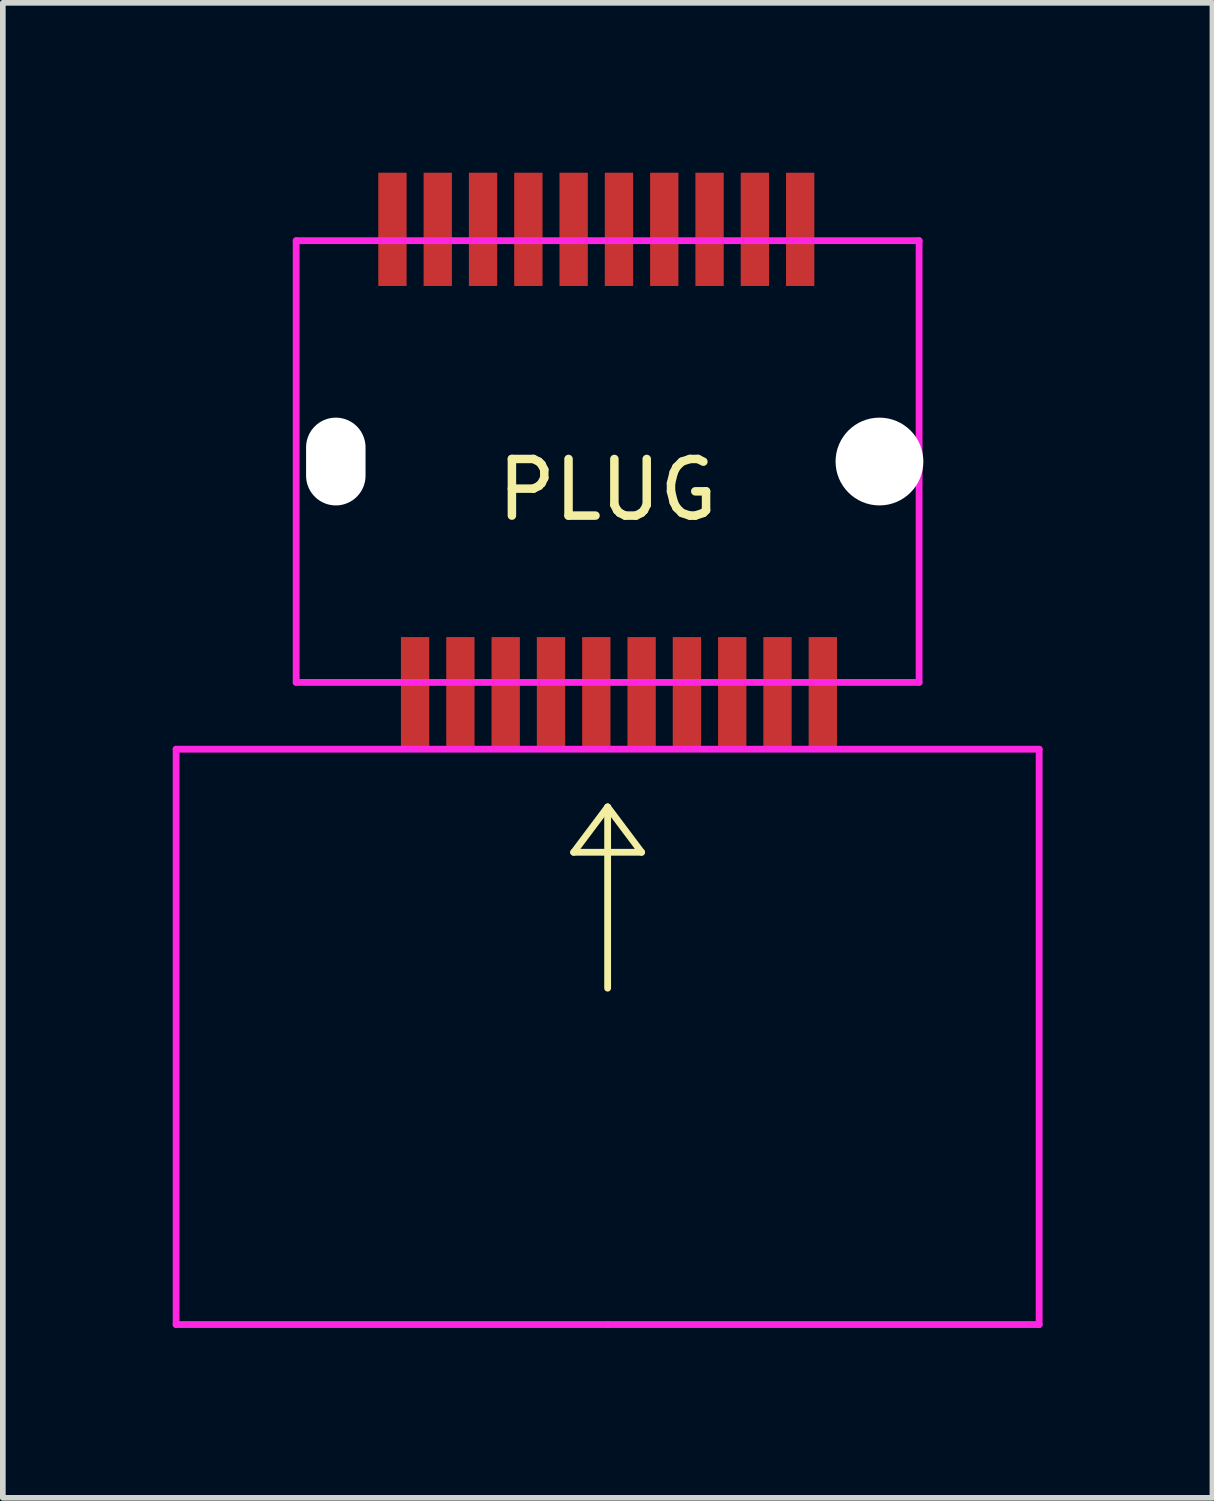
<source format=kicad_pcb>
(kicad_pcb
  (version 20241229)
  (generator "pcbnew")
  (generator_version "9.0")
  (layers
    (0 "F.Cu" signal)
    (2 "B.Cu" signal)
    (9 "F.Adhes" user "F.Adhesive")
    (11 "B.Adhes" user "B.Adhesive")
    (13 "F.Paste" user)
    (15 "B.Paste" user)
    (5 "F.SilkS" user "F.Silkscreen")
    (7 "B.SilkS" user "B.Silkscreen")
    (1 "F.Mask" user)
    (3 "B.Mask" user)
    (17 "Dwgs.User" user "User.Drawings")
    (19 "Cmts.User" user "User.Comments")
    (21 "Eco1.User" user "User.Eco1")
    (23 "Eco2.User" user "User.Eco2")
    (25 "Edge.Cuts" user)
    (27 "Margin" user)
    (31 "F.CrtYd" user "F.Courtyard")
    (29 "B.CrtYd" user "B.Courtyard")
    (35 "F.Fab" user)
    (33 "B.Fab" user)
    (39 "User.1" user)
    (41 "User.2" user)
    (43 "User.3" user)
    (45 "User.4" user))
  (footprint "PLUG"
    (layer "F.Cu")
    (at 7.68 5.1)
    (property "Reference" "PLUG" (at 0 0.5 0) (layer "F.SilkS") (effects (font (size 1 1) (thickness 0.15))))
    (attr through_hole)
    (fp_line (start -0.6 6.9) (end 0.6 6.9) (stroke (width 0.12) (type solid)) (layer "F.SilkS"))
    (fp_line (start 0 6.1) (end -0.6 6.9) (stroke (width 0.12) (type solid)) (layer "F.SilkS"))
    (fp_line (start 0 9.3) (end 0 6.1) (stroke (width 0.12) (type solid)) (layer "F.SilkS"))
    (fp_line (start 0.6 6.9) (end 0 6.1) (stroke (width 0.12) (type solid)) (layer "F.SilkS"))
    (fp_line (start -7.62 5.08) (end 7.62 5.08) (stroke (width 0.12) (type solid)) (layer "F.CrtYd"))
    (fp_line (start -7.62 15.24) (end -7.62 5.08) (stroke (width 0.12) (type solid)) (layer "F.CrtYd"))
    (fp_line (start -5.5 -3.9) (end -5.5 3.9) (stroke (width 0.12) (type solid)) (layer "F.CrtYd"))
    (fp_line (start -5.5 -3.9) (end 5.5 -3.9) (stroke (width 0.12) (type solid)) (layer "F.CrtYd"))
    (fp_line (start -5.5 3.9) (end 5.5 3.9) (stroke (width 0.12) (type solid)) (layer "F.CrtYd"))
    (fp_line (start 0 15.24) (end -7.62 15.24) (stroke (width 0.12) (type solid)) (layer "F.CrtYd"))
    (fp_line (start 5.5 -3.9) (end 5.5 3.9) (stroke (width 0.12) (type solid)) (layer "F.CrtYd"))
    (fp_line (start 7.62 5.08) (end 7.62 15.24) (stroke (width 0.12) (type solid)) (layer "F.CrtYd"))
    (fp_line (start 7.62 15.24) (end 0 15.24) (stroke (width 0.12) (type solid)) (layer "F.CrtYd"))
    (pad "" np_thru_hole oval (at -4.8 0) (size 1.05 1.55) (drill oval 1.05 1.55) (layers "*.Cu" "*.Mask"))
    (pad "" np_thru_hole circle (at 4.8 0) (size 1.55 1.55) (drill 1.55) (layers "*.Cu" "*.Mask"))
    (pad "1" smd rect (at -3.4 4.1) (size 0.5 2) (layers "F.Cu" "F.Mask" "F.Paste"))
    (pad "2" smd rect (at -2.6 4.1) (size 0.5 2) (layers "F.Cu" "F.Mask" "F.Paste"))
    (pad "3" smd rect (at -1.8 4.1) (size 0.5 2) (layers "F.Cu" "F.Mask" "F.Paste"))
    (pad "4" smd rect (at -1 4.1) (size 0.5 2) (layers "F.Cu" "F.Mask" "F.Paste"))
    (pad "5" smd rect (at -0.2 4.1) (size 0.5 2) (layers "F.Cu" "F.Mask" "F.Paste"))
    (pad "6" smd rect (at 0.6 4.1) (size 0.5 2) (layers "F.Cu" "F.Mask" "F.Paste"))
    (pad "7" smd rect (at 1.4 4.1) (size 0.5 2) (layers "F.Cu" "F.Mask" "F.Paste"))
    (pad "8" smd rect (at 2.2 4.1) (size 0.5 2) (layers "F.Cu" "F.Mask" "F.Paste"))
    (pad "9" smd rect (at 3 4.1) (size 0.5 2) (layers "F.Cu" "F.Mask" "F.Paste"))
    (pad "10" smd rect (at 3.8 4.1) (size 0.5 2) (layers "F.Cu" "F.Mask" "F.Paste"))
    (pad "11" smd rect (at 3.4 -4.1) (size 0.5 2) (layers "F.Cu" "F.Mask" "F.Paste"))
    (pad "12" smd rect (at 2.6 -4.1) (size 0.5 2) (layers "F.Cu" "F.Mask" "F.Paste"))
    (pad "13" smd rect (at 1.8 -4.1) (size 0.5 2) (layers "F.Cu" "F.Mask" "F.Paste"))
    (pad "14" smd rect (at 1 -4.1) (size 0.5 2) (layers "F.Cu" "F.Mask" "F.Paste"))
    (pad "15" smd rect (at 0.2 -4.1) (size 0.5 2) (layers "F.Cu" "F.Mask" "F.Paste"))
    (pad "16" smd rect (at -0.6 -4.1) (size 0.5 2) (layers "F.Cu" "F.Mask" "F.Paste"))
    (pad "17" smd rect (at -1.4 -4.1) (size 0.5 2) (layers "F.Cu" "F.Mask" "F.Paste"))
    (pad "18" smd rect (at -2.2 -4.1) (size 0.5 2) (layers "F.Cu" "F.Mask" "F.Paste"))
    (pad "19" smd rect (at -3 -4.1) (size 0.5 2) (layers "F.Cu" "F.Mask" "F.Paste"))
    (pad "20" smd rect (at -3.8 -4.1) (size 0.5 2) (layers "F.Cu" "F.Mask" "F.Paste")))
  (gr_rect
    (start -3 -3)
    (end 18.36 23.4)
    (stroke (width 0.1) (type default))
    (fill no)
    (layer "Edge.Cuts")))
</source>
